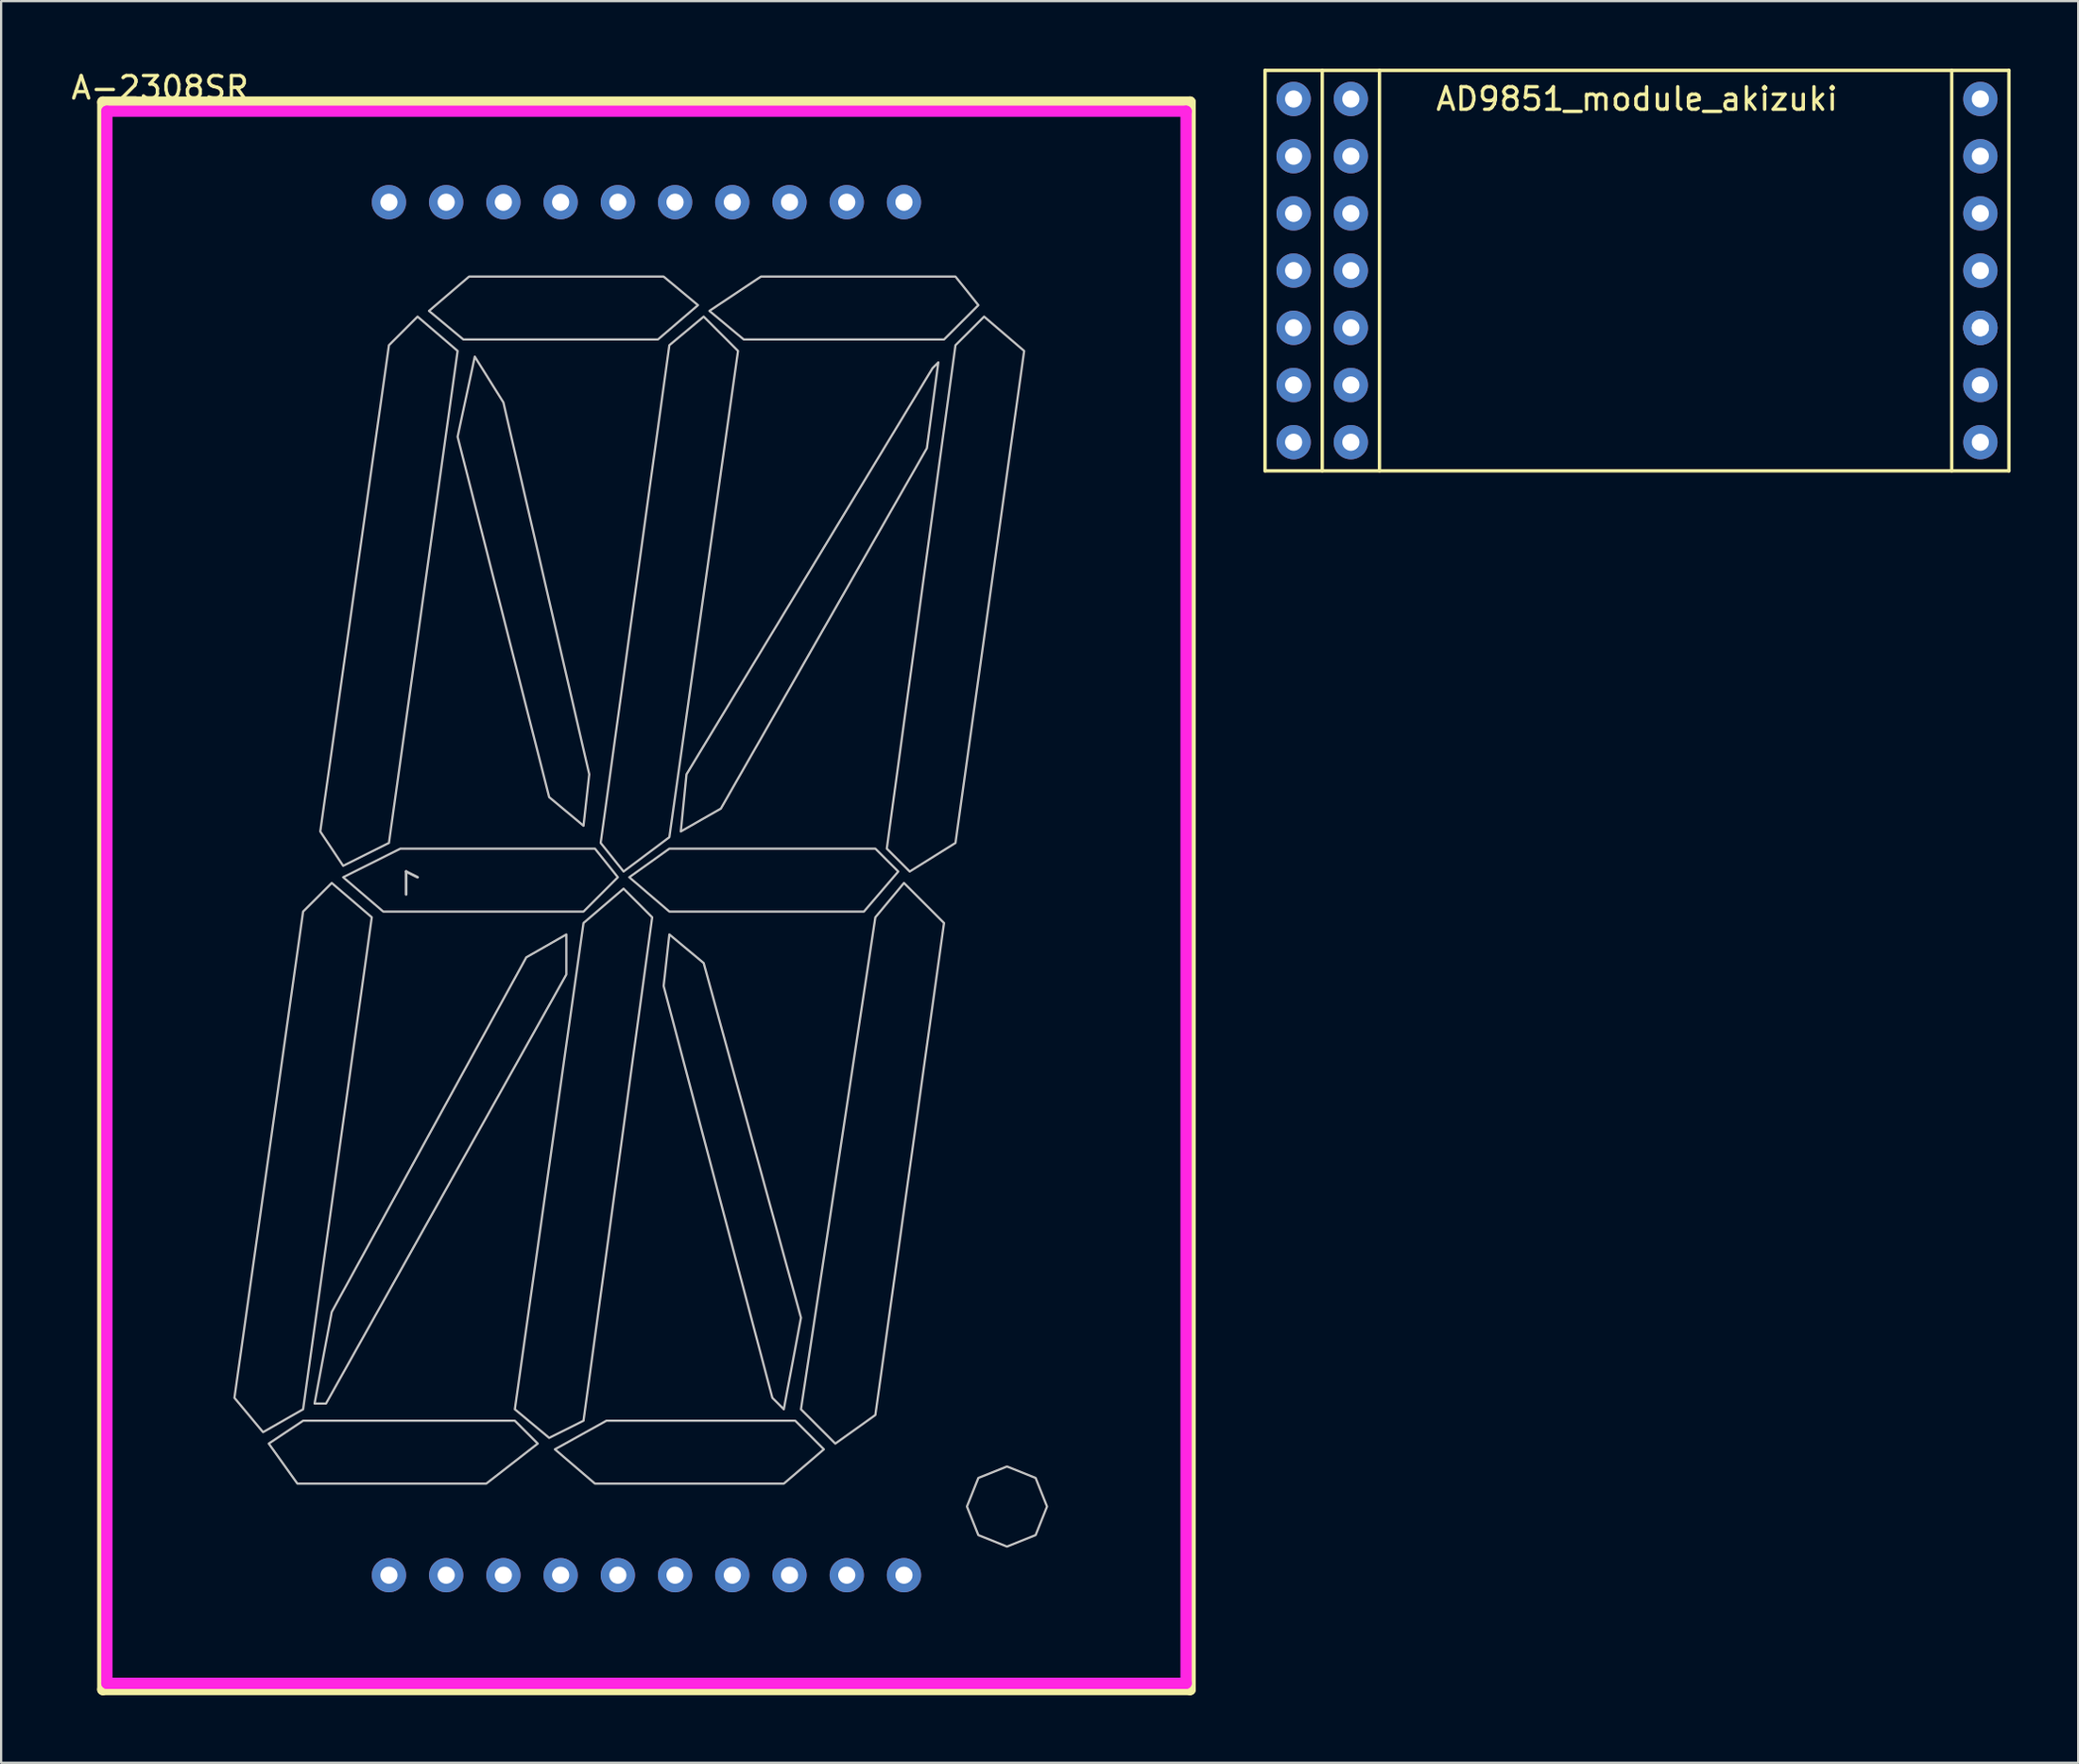
<source format=kicad_pcb>
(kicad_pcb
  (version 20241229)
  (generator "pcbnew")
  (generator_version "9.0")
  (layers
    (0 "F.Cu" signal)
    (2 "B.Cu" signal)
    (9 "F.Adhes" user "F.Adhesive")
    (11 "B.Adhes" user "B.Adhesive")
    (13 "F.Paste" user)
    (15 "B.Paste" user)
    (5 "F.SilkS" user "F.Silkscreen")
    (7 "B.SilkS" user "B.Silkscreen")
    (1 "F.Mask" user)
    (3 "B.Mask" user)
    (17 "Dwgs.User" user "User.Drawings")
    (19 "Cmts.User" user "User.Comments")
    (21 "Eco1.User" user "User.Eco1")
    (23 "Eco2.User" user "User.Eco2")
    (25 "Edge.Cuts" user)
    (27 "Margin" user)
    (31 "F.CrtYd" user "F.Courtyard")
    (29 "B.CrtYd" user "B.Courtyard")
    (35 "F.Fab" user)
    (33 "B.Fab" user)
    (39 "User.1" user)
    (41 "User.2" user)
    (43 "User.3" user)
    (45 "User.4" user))
  (footprint "A-2308SR"
    (layer "F.Cu")
    (at 14.214 66.888)
    (property "Reference" "A-2308SR" (at -10.16 -66.04 0) (layer "F.SilkS") (effects (font (size 1 1) (thickness 0.15))))
    (attr through_hole)
    (fp_line (start -12.7 -65.405) (end 35.56 -65.405) (stroke (width 0.5) (type solid)) (layer "F.SilkS"))
    (fp_line (start -12.7 5.08) (end -12.7 -65.405) (stroke (width 0.5) (type solid)) (layer "F.SilkS"))
    (fp_line (start 35.56 -65.405) (end 35.56 5.08) (stroke (width 0.5) (type solid)) (layer "F.SilkS"))
    (fp_line (start 35.56 5.08) (end -12.7 5.08) (stroke (width 0.5) (type solid)) (layer "F.SilkS"))
    (fp_line (start 0.762 -31.242) (end 0.762 -30.226) (stroke (width 0.12) (type solid)) (layer "Dwgs.User"))
    (fp_line (start 1.27 -30.988) (end 0.762 -31.242) (stroke (width 0.12) (type solid)) (layer "Dwgs.User"))
    (fp_poly (pts (xy -3.81 -6.858) (xy 5.588 -6.858) (xy 6.604 -5.842) (xy 4.318 -4.064) (xy -4.064 -4.064) (xy -5.334 -5.842)) (stroke (width 0.1) (type solid)) (fill no) (layer "Dwgs.User"))
    (fp_poly (pts (xy -0.762 -29.21) (xy -3.81 -7.366) (xy -5.588 -6.35) (xy -6.858 -7.874) (xy -3.81 -29.464) (xy -2.54 -30.734)) (stroke (width 0.1) (type solid)) (fill no) (layer "Dwgs.User"))
    (fp_poly (pts (xy 0.508 -32.258) (xy 9.144 -32.258) (xy 10.16 -30.988) (xy 8.636 -29.464) (xy -0.254 -29.464) (xy -2.032 -30.988)) (stroke (width 0.1) (type solid)) (fill no) (layer "Dwgs.User"))
    (fp_poly (pts (xy 3.048 -54.356) (xy 0 -32.512) (xy -2.032 -31.496) (xy -3.048 -33.02) (xy 0 -54.61) (xy 1.27 -55.88)) (stroke (width 0.1) (type solid)) (fill no) (layer "Dwgs.User"))
    (fp_poly (pts (xy 3.556 -57.658) (xy 12.192 -57.658) (xy 13.716 -56.388) (xy 11.938 -54.864) (xy 3.302 -54.864) (xy 1.778 -56.134)) (stroke (width 0.1) (type solid)) (fill no) (layer "Dwgs.User"))
    (fp_poly (pts (xy 5.08 -52.07) (xy 8.89 -35.56) (xy 8.636 -33.274) (xy 7.112 -34.544) (xy 3.048 -50.546) (xy 3.81 -54.102)) (stroke (width 0.1) (type solid)) (fill no) (layer "Dwgs.User"))
    (fp_poly (pts (xy 7.874 -26.67) (xy -2.794 -7.62) (xy -3.302 -7.62) (xy -2.54 -11.684) (xy 6.096 -27.432) (xy 7.874 -28.448)) (stroke (width 0.1) (type solid)) (fill no) (layer "Dwgs.User"))
    (fp_poly (pts (xy 9.652 -6.858) (xy 18.034 -6.858) (xy 19.304 -5.588) (xy 17.526 -4.064) (xy 9.144 -4.064) (xy 7.366 -5.588)) (stroke (width 0.1) (type solid)) (fill no) (layer "Dwgs.User"))
    (fp_poly (pts (xy 11.684 -29.21) (xy 8.636 -6.858) (xy 7.112 -6.096) (xy 5.588 -7.366) (xy 8.636 -28.956) (xy 10.414 -30.48)) (stroke (width 0.1) (type solid)) (fill no) (layer "Dwgs.User"))
    (fp_poly (pts (xy 12.446 -32.258) (xy 21.59 -32.258) (xy 22.606 -31.242) (xy 21.082 -29.464) (xy 12.446 -29.464) (xy 10.668 -30.988)) (stroke (width 0.1) (type solid)) (fill no) (layer "Dwgs.User"))
    (fp_poly (pts (xy 13.97 -27.178) (xy 18.288 -11.43) (xy 17.526 -7.366) (xy 17.018 -7.874) (xy 12.192 -26.162) (xy 12.446 -28.448)) (stroke (width 0.1) (type solid)) (fill no) (layer "Dwgs.User"))
    (fp_poly (pts (xy 15.494 -54.356) (xy 12.446 -32.766) (xy 10.414 -31.242) (xy 9.398 -32.512) (xy 12.446 -54.61) (xy 13.97 -55.88)) (stroke (width 0.1) (type solid)) (fill no) (layer "Dwgs.User"))
    (fp_poly (pts (xy 16.51 -57.658) (xy 25.146 -57.658) (xy 26.162 -56.388) (xy 24.638 -54.864) (xy 15.748 -54.864) (xy 14.224 -56.134)) (stroke (width 0.1) (type solid)) (fill no) (layer "Dwgs.User"))
    (fp_poly (pts (xy 23.876 -50.038) (xy 14.732 -34.036) (xy 12.954 -33.02) (xy 13.208 -35.56) (xy 24.13 -53.594) (xy 24.384 -53.848)) (stroke (width 0.1) (type solid)) (fill no) (layer "Dwgs.User"))
    (fp_poly (pts (xy 24.638 -28.956) (xy 21.59 -7.112) (xy 19.812 -5.842) (xy 18.288 -7.366) (xy 21.59 -29.21) (xy 22.86 -30.734)) (stroke (width 0.1) (type solid)) (fill no) (layer "Dwgs.User"))
    (fp_poly (pts (xy 28.194 -54.356) (xy 25.146 -32.512) (xy 23.114 -31.242) (xy 22.098 -32.258) (xy 25.146 -54.61) (xy 26.416 -55.88)) (stroke (width 0.1) (type solid)) (fill no) (layer "Dwgs.User"))
    (fp_poly (pts (xy 27.432 -4.826) (xy 28.702 -4.318) (xy 29.21 -3.048) (xy 28.702 -1.778) (xy 27.432 -1.27) (xy 26.162 -1.778) (xy 25.654 -3.048) (xy 26.162 -4.318)) (stroke (width 0.1) (type solid)) (fill no) (layer "Dwgs.User"))
    (fp_line (start -12.52 -65) (end 35.38 -65) (stroke (width 0.5) (type solid)) (layer "F.CrtYd"))
    (fp_line (start -12.52 4.8) (end -12.52 -65) (stroke (width 0.5) (type solid)) (layer "F.CrtYd"))
    (fp_line (start -12.52 4.8) (end 35.38 4.8) (stroke (width 0.5) (type solid)) (layer "F.CrtYd"))
    (fp_line (start 35.38 4.8) (end 35.38 -65) (stroke (width 0.5) (type solid)) (layer "F.CrtYd"))
    (pad "1" thru_hole circle (at 0 0) (size 1.524 1.524) (drill 0.762) (layers "*.Cu" "*.Mask"))
    (pad "2" thru_hole circle (at 2.54 0) (size 1.524 1.524) (drill 0.762) (layers "*.Cu" "*.Mask"))
    (pad "3" thru_hole circle (at 5.08 0) (size 1.524 1.524) (drill 0.762) (layers "*.Cu" "*.Mask"))
    (pad "4" thru_hole circle (at 7.62 0) (size 1.524 1.524) (drill 0.762) (layers "*.Cu" "*.Mask"))
    (pad "5" thru_hole circle (at 10.16 0) (size 1.524 1.524) (drill 0.762) (layers "*.Cu" "*.Mask"))
    (pad "6" thru_hole circle (at 12.7 0) (size 1.524 1.524) (drill 0.762) (layers "*.Cu" "*.Mask"))
    (pad "7" thru_hole circle (at 15.24 0) (size 1.524 1.524) (drill 0.762) (layers "*.Cu" "*.Mask"))
    (pad "8" thru_hole circle (at 17.78 0) (size 1.524 1.524) (drill 0.762) (layers "*.Cu" "*.Mask"))
    (pad "9" thru_hole circle (at 20.32 0) (size 1.524 1.524) (drill 0.762) (layers "*.Cu" "*.Mask"))
    (pad "10" thru_hole circle (at 22.86 0) (size 1.524 1.524) (drill 0.762) (layers "*.Cu" "*.Mask"))
    (pad "11" thru_hole circle (at 22.86 -60.96) (size 1.524 1.524) (drill 0.762) (layers "*.Cu" "*.Mask"))
    (pad "12" thru_hole circle (at 20.32 -60.96) (size 1.524 1.524) (drill 0.762) (layers "*.Cu" "*.Mask"))
    (pad "13" thru_hole circle (at 17.78 -60.96) (size 1.524 1.524) (drill 0.762) (layers "*.Cu" "*.Mask"))
    (pad "14" thru_hole circle (at 15.24 -60.96) (size 1.524 1.524) (drill 0.762) (layers "*.Cu" "*.Mask"))
    (pad "15" thru_hole circle (at 12.7 -60.96) (size 1.524 1.524) (drill 0.762) (layers "*.Cu" "*.Mask"))
    (pad "16" thru_hole circle (at 10.16 -60.96) (size 1.524 1.524) (drill 0.762) (layers "*.Cu" "*.Mask"))
    (pad "17" thru_hole circle (at 7.62 -60.96) (size 1.524 1.524) (drill 0.762) (layers "*.Cu" "*.Mask"))
    (pad "18" thru_hole circle (at 5.08 -60.96) (size 1.524 1.524) (drill 0.762) (layers "*.Cu" "*.Mask"))
    (pad "19" thru_hole circle (at 2.54 -60.96) (size 1.524 1.524) (drill 0.762) (layers "*.Cu" "*.Mask"))
    (pad "20" thru_hole circle (at 0 -60.96) (size 1.524 1.524) (drill 0.762) (layers "*.Cu" "*.Mask")))
  (footprint "AD9851_module_akizuki"
    (layer "F.Cu")
    (at 69.609 8.965)
    (property "Reference" "AD9851_module_akizuki" (at 0 -7.62 0) (layer "F.SilkS") (effects (font (size 1 1) (thickness 0.15))))
    (attr through_hole)
    (fp_line (start -16.51 -8.89) (end 16.51 -8.89) (stroke (width 0.15) (type solid)) (layer "F.SilkS"))
    (fp_line (start -16.51 8.89) (end -16.51 -8.89) (stroke (width 0.15) (type solid)) (layer "F.SilkS"))
    (fp_line (start -13.97 8.89) (end -13.97 -8.89) (stroke (width 0.15) (type solid)) (layer "F.SilkS"))
    (fp_line (start -11.43 -8.89) (end -11.43 8.89) (stroke (width 0.15) (type solid)) (layer "F.SilkS"))
    (fp_line (start 13.97 -8.89) (end 13.97 8.89) (stroke (width 0.15) (type solid)) (layer "F.SilkS"))
    (fp_line (start 16.51 -8.89) (end 16.51 8.89) (stroke (width 0.15) (type solid)) (layer "F.SilkS"))
    (fp_line (start 16.51 8.89) (end -16.51 8.89) (stroke (width 0.15) (type solid)) (layer "F.SilkS"))
    (pad "1" thru_hole circle (at -15.24 7.62) (size 1.524 1.524) (drill 0.762) (layers "*.Cu" "*.Mask"))
    (pad "2" thru_hole circle (at -15.24 5.08) (size 1.524 1.524) (drill 0.762) (layers "*.Cu" "*.Mask"))
    (pad "3" thru_hole circle (at -15.24 2.54) (size 1.524 1.524) (drill 0.762) (layers "*.Cu" "*.Mask"))
    (pad "4" thru_hole circle (at -15.24 0) (size 1.524 1.524) (drill 0.762) (layers "*.Cu" "*.Mask"))
    (pad "5" thru_hole circle (at -15.24 -2.54) (size 1.524 1.524) (drill 0.762) (layers "*.Cu" "*.Mask"))
    (pad "6" thru_hole circle (at -15.24 -5.08) (size 1.524 1.524) (drill 0.762) (layers "*.Cu" "*.Mask"))
    (pad "7" thru_hole circle (at -15.24 -7.62) (size 1.524 1.524) (drill 0.762) (layers "*.Cu" "*.Mask"))
    (pad "8" thru_hole circle (at -12.7 7.62) (size 1.524 1.524) (drill 0.762) (layers "*.Cu" "*.Mask"))
    (pad "9" thru_hole circle (at -12.7 5.08) (size 1.524 1.524) (drill 0.762) (layers "*.Cu" "*.Mask"))
    (pad "10" thru_hole circle (at -12.7 2.54) (size 1.524 1.524) (drill 0.762) (layers "*.Cu" "*.Mask"))
    (pad "11" thru_hole circle (at -12.7 0) (size 1.524 1.524) (drill 0.762) (layers "*.Cu" "*.Mask"))
    (pad "12" thru_hole circle (at -12.7 -2.54) (size 1.524 1.524) (drill 0.762) (layers "*.Cu" "*.Mask"))
    (pad "13" thru_hole circle (at -12.7 -5.08) (size 1.524 1.524) (drill 0.762) (layers "*.Cu" "*.Mask"))
    (pad "14" thru_hole circle (at -12.7 -7.62) (size 1.524 1.524) (drill 0.762) (layers "*.Cu" "*.Mask"))
    (pad "15" thru_hole circle (at 15.24 7.62) (size 1.524 1.524) (drill 0.762) (layers "*.Cu" "*.Mask"))
    (pad "16" thru_hole circle (at 15.24 5.08) (size 1.524 1.524) (drill 0.762) (layers "*.Cu" "*.Mask"))
    (pad "17" thru_hole circle (at 15.24 2.54) (size 1.524 1.524) (drill 0.762) (layers "*.Cu" "*.Mask"))
    (pad "18" thru_hole circle (at 15.24 2.54) (size 1.524 1.524) (drill 0.762) (layers "*.Cu" "*.Mask"))
    (pad "19" thru_hole circle (at 15.24 0) (size 1.524 1.524) (drill 0.762) (layers "*.Cu" "*.Mask"))
    (pad "20" thru_hole circle (at 15.24 -2.54) (size 1.524 1.524) (drill 0.762) (layers "*.Cu" "*.Mask"))
    (pad "21" thru_hole circle (at 15.24 -5.08) (size 1.524 1.524) (drill 0.762) (layers "*.Cu" "*.Mask"))
    (pad "22" thru_hole circle (at 15.24 -7.62) (size 1.524 1.524) (drill 0.762) (layers "*.Cu" "*.Mask")))
  (gr_rect
    (start -3 -3)
    (end 89.194 75.218)
    (stroke (width 0.1) (type default))
    (fill no)
    (layer "Edge.Cuts")))
</source>
